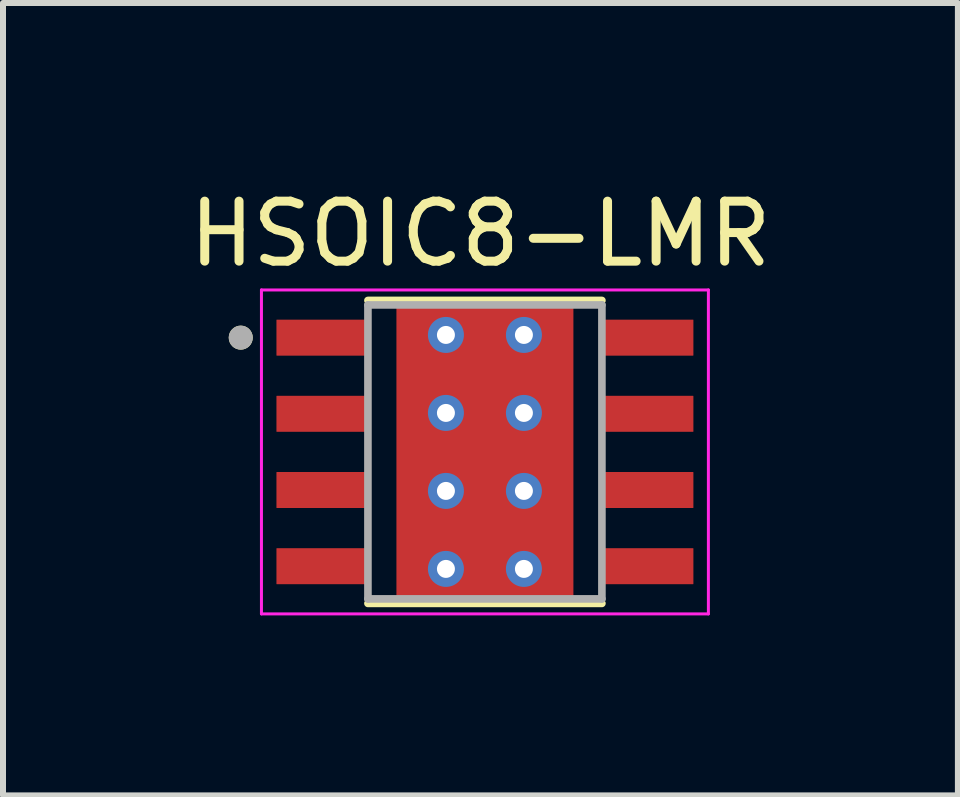
<source format=kicad_pcb>
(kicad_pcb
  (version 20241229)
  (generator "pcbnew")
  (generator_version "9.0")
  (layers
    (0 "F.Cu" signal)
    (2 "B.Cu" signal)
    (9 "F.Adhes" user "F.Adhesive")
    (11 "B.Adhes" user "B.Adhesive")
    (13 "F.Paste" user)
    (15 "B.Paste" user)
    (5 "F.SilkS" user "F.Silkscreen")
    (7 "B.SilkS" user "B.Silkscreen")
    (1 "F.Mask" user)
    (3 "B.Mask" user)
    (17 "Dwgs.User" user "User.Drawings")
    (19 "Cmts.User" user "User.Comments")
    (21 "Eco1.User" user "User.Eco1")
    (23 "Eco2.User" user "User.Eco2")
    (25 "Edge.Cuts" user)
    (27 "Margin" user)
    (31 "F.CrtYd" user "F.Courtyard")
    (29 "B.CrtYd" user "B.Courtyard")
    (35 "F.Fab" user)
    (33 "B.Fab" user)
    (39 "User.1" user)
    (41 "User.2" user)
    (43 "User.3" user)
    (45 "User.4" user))
  (footprint "HSOIC8-LMR"
    (layer "F.Cu")
    (at 5.033 4.483)
    (property "Reference" "HSOIC8-LMR" (at -0.075 -3.635 0) (layer "F.SilkS") (effects (font (size 1 1) (thickness 0.15))))
    (attr smd)
    (fp_poly (pts (xy -1.355 -1.7) (xy 1.355 -1.7) (xy 1.355 1.7) (xy -1.355 1.7)) (stroke (width 0.01) (type solid)) (fill yes) (layer "F.Mask"))
    (fp_poly (pts (xy -1.905 -1.535) (xy -3.495 -1.535) (xy -3.498 -1.535) (xy -3.5 -1.535) (xy -3.503 -1.536) (xy -3.505 -1.536) (xy -3.508 -1.537) (xy -3.51 -1.537) (xy -3.513 -1.538) (xy -3.515 -1.539) (xy -3.518 -1.54) (xy -3.52 -1.542) (xy -3.522 -1.543) (xy -3.524 -1.545) (xy -3.526 -1.546) (xy -3.528 -1.548) (xy -3.53 -1.55) (xy -3.532 -1.552) (xy -3.534 -1.554) (xy -3.535 -1.556) (xy -3.537 -1.558) (xy -3.538 -1.56) (xy -3.54 -1.562) (xy -3.541 -1.565) (xy -3.542 -1.567) (xy -3.543 -1.57) (xy -3.543 -1.572) (xy -3.544 -1.575) (xy -3.544 -1.577) (xy -3.545 -1.58) (xy -3.545 -1.582) (xy -3.545 -1.585) (xy -3.545 -2.225) (xy -3.545 -2.228) (xy -3.545 -2.23) (xy -3.544 -2.233) (xy -3.544 -2.235) (xy -3.543 -2.238) (xy -3.543 -2.24) (xy -3.542 -2.243) (xy -3.541 -2.245) (xy -3.54 -2.248) (xy -3.538 -2.25) (xy -3.537 -2.252) (xy -3.535 -2.254) (xy -3.534 -2.256) (xy -3.532 -2.258) (xy -3.53 -2.26) (xy -3.528 -2.262) (xy -3.526 -2.264) (xy -3.524 -2.265) (xy -3.522 -2.267) (xy -3.52 -2.268) (xy -3.518 -2.27) (xy -3.515 -2.271) (xy -3.513 -2.272) (xy -3.51 -2.273) (xy -3.508 -2.273) (xy -3.505 -2.274) (xy -3.503 -2.274) (xy -3.5 -2.275) (xy -3.498 -2.275) (xy -3.495 -2.275) (xy -1.905 -2.275) (xy -1.902 -2.275) (xy -1.9 -2.275) (xy -1.897 -2.274) (xy -1.895 -2.274) (xy -1.892 -2.273) (xy -1.89 -2.273) (xy -1.887 -2.272) (xy -1.885 -2.271) (xy -1.882 -2.27) (xy -1.88 -2.268) (xy -1.878 -2.267) (xy -1.876 -2.265) (xy -1.874 -2.264) (xy -1.872 -2.262) (xy -1.87 -2.26) (xy -1.868 -2.258) (xy -1.866 -2.256) (xy -1.865 -2.254) (xy -1.863 -2.252) (xy -1.862 -2.25) (xy -1.86 -2.248) (xy -1.859 -2.245) (xy -1.858 -2.243) (xy -1.857 -2.24) (xy -1.857 -2.238) (xy -1.856 -2.235) (xy -1.856 -2.233) (xy -1.855 -2.23) (xy -1.855 -2.228) (xy -1.855 -2.225) (xy -1.855 -1.585) (xy -1.855 -1.582) (xy -1.855 -1.58) (xy -1.856 -1.577) (xy -1.856 -1.575) (xy -1.857 -1.572) (xy -1.857 -1.57) (xy -1.858 -1.567) (xy -1.859 -1.565) (xy -1.86 -1.562) (xy -1.862 -1.56) (xy -1.863 -1.558) (xy -1.865 -1.556) (xy -1.866 -1.554) (xy -1.868 -1.552) (xy -1.87 -1.55) (xy -1.872 -1.548) (xy -1.874 -1.546) (xy -1.876 -1.545) (xy -1.878 -1.543) (xy -1.88 -1.542) (xy -1.882 -1.54) (xy -1.885 -1.539) (xy -1.887 -1.538) (xy -1.89 -1.537) (xy -1.892 -1.537) (xy -1.895 -1.536) (xy -1.897 -1.536) (xy -1.9 -1.535) (xy -1.902 -1.535) (xy -1.905 -1.535)) (stroke (width 0.01) (type solid)) (fill yes) (layer "F.Mask"))
    (fp_poly (pts (xy -1.905 -0.265) (xy -3.495 -0.265) (xy -3.498 -0.265) (xy -3.5 -0.265) (xy -3.503 -0.266) (xy -3.505 -0.266) (xy -3.508 -0.267) (xy -3.51 -0.267) (xy -3.513 -0.268) (xy -3.515 -0.269) (xy -3.518 -0.27) (xy -3.52 -0.272) (xy -3.522 -0.273) (xy -3.524 -0.275) (xy -3.526 -0.276) (xy -3.528 -0.278) (xy -3.53 -0.28) (xy -3.532 -0.282) (xy -3.534 -0.284) (xy -3.535 -0.286) (xy -3.537 -0.288) (xy -3.538 -0.29) (xy -3.54 -0.292) (xy -3.541 -0.295) (xy -3.542 -0.297) (xy -3.543 -0.3) (xy -3.543 -0.302) (xy -3.544 -0.305) (xy -3.544 -0.307) (xy -3.545 -0.31) (xy -3.545 -0.312) (xy -3.545 -0.315) (xy -3.545 -0.955) (xy -3.545 -0.958) (xy -3.545 -0.96) (xy -3.544 -0.963) (xy -3.544 -0.965) (xy -3.543 -0.968) (xy -3.543 -0.97) (xy -3.542 -0.973) (xy -3.541 -0.975) (xy -3.54 -0.978) (xy -3.538 -0.98) (xy -3.537 -0.982) (xy -3.535 -0.984) (xy -3.534 -0.986) (xy -3.532 -0.988) (xy -3.53 -0.99) (xy -3.528 -0.992) (xy -3.526 -0.994) (xy -3.524 -0.995) (xy -3.522 -0.997) (xy -3.52 -0.998) (xy -3.518 -1) (xy -3.515 -1.001) (xy -3.513 -1.002) (xy -3.51 -1.003) (xy -3.508 -1.003) (xy -3.505 -1.004) (xy -3.503 -1.004) (xy -3.5 -1.005) (xy -3.498 -1.005) (xy -3.495 -1.005) (xy -1.905 -1.005) (xy -1.902 -1.005) (xy -1.9 -1.005) (xy -1.897 -1.004) (xy -1.895 -1.004) (xy -1.892 -1.003) (xy -1.89 -1.003) (xy -1.887 -1.002) (xy -1.885 -1.001) (xy -1.882 -1) (xy -1.88 -0.998) (xy -1.878 -0.997) (xy -1.876 -0.995) (xy -1.874 -0.994) (xy -1.872 -0.992) (xy -1.87 -0.99) (xy -1.868 -0.988) (xy -1.866 -0.986) (xy -1.865 -0.984) (xy -1.863 -0.982) (xy -1.862 -0.98) (xy -1.86 -0.978) (xy -1.859 -0.975) (xy -1.858 -0.973) (xy -1.857 -0.97) (xy -1.857 -0.968) (xy -1.856 -0.965) (xy -1.856 -0.963) (xy -1.855 -0.96) (xy -1.855 -0.958) (xy -1.855 -0.955) (xy -1.855 -0.315) (xy -1.855 -0.312) (xy -1.855 -0.31) (xy -1.856 -0.307) (xy -1.856 -0.305) (xy -1.857 -0.302) (xy -1.857 -0.3) (xy -1.858 -0.297) (xy -1.859 -0.295) (xy -1.86 -0.292) (xy -1.862 -0.29) (xy -1.863 -0.288) (xy -1.865 -0.286) (xy -1.866 -0.284) (xy -1.868 -0.282) (xy -1.87 -0.28) (xy -1.872 -0.278) (xy -1.874 -0.276) (xy -1.876 -0.275) (xy -1.878 -0.273) (xy -1.88 -0.272) (xy -1.882 -0.27) (xy -1.885 -0.269) (xy -1.887 -0.268) (xy -1.89 -0.267) (xy -1.892 -0.267) (xy -1.895 -0.266) (xy -1.897 -0.266) (xy -1.9 -0.265) (xy -1.902 -0.265) (xy -1.905 -0.265)) (stroke (width 0.01) (type solid)) (fill yes) (layer "F.Mask"))
    (fp_poly (pts (xy -1.905 1.005) (xy -3.495 1.005) (xy -3.498 1.005) (xy -3.5 1.005) (xy -3.503 1.004) (xy -3.505 1.004) (xy -3.508 1.003) (xy -3.51 1.003) (xy -3.513 1.002) (xy -3.515 1.001) (xy -3.518 1) (xy -3.52 0.998) (xy -3.522 0.997) (xy -3.524 0.995) (xy -3.526 0.994) (xy -3.528 0.992) (xy -3.53 0.99) (xy -3.532 0.988) (xy -3.534 0.986) (xy -3.535 0.984) (xy -3.537 0.982) (xy -3.538 0.98) (xy -3.54 0.978) (xy -3.541 0.975) (xy -3.542 0.973) (xy -3.543 0.97) (xy -3.543 0.968) (xy -3.544 0.965) (xy -3.544 0.963) (xy -3.545 0.96) (xy -3.545 0.958) (xy -3.545 0.955) (xy -3.545 0.315) (xy -3.545 0.312) (xy -3.545 0.31) (xy -3.544 0.307) (xy -3.544 0.305) (xy -3.543 0.302) (xy -3.543 0.3) (xy -3.542 0.297) (xy -3.541 0.295) (xy -3.54 0.292) (xy -3.538 0.29) (xy -3.537 0.288) (xy -3.535 0.286) (xy -3.534 0.284) (xy -3.532 0.282) (xy -3.53 0.28) (xy -3.528 0.278) (xy -3.526 0.276) (xy -3.524 0.275) (xy -3.522 0.273) (xy -3.52 0.272) (xy -3.518 0.27) (xy -3.515 0.269) (xy -3.513 0.268) (xy -3.51 0.267) (xy -3.508 0.267) (xy -3.505 0.266) (xy -3.503 0.266) (xy -3.5 0.265) (xy -3.498 0.265) (xy -3.495 0.265) (xy -1.905 0.265) (xy -1.902 0.265) (xy -1.9 0.265) (xy -1.897 0.266) (xy -1.895 0.266) (xy -1.892 0.267) (xy -1.89 0.267) (xy -1.887 0.268) (xy -1.885 0.269) (xy -1.882 0.27) (xy -1.88 0.272) (xy -1.878 0.273) (xy -1.876 0.275) (xy -1.874 0.276) (xy -1.872 0.278) (xy -1.87 0.28) (xy -1.868 0.282) (xy -1.866 0.284) (xy -1.865 0.286) (xy -1.863 0.288) (xy -1.862 0.29) (xy -1.86 0.292) (xy -1.859 0.295) (xy -1.858 0.297) (xy -1.857 0.3) (xy -1.857 0.302) (xy -1.856 0.305) (xy -1.856 0.307) (xy -1.855 0.31) (xy -1.855 0.312) (xy -1.855 0.315) (xy -1.855 0.955) (xy -1.855 0.958) (xy -1.855 0.96) (xy -1.856 0.963) (xy -1.856 0.965) (xy -1.857 0.968) (xy -1.857 0.97) (xy -1.858 0.973) (xy -1.859 0.975) (xy -1.86 0.978) (xy -1.862 0.98) (xy -1.863 0.982) (xy -1.865 0.984) (xy -1.866 0.986) (xy -1.868 0.988) (xy -1.87 0.99) (xy -1.872 0.992) (xy -1.874 0.994) (xy -1.876 0.995) (xy -1.878 0.997) (xy -1.88 0.998) (xy -1.882 1) (xy -1.885 1.001) (xy -1.887 1.002) (xy -1.89 1.003) (xy -1.892 1.003) (xy -1.895 1.004) (xy -1.897 1.004) (xy -1.9 1.005) (xy -1.902 1.005) (xy -1.905 1.005)) (stroke (width 0.01) (type solid)) (fill yes) (layer "F.Mask"))
    (fp_poly (pts (xy -1.905 2.275) (xy -3.495 2.275) (xy -3.498 2.275) (xy -3.5 2.275) (xy -3.503 2.274) (xy -3.505 2.274) (xy -3.508 2.273) (xy -3.51 2.273) (xy -3.513 2.272) (xy -3.515 2.271) (xy -3.518 2.27) (xy -3.52 2.268) (xy -3.522 2.267) (xy -3.524 2.265) (xy -3.526 2.264) (xy -3.528 2.262) (xy -3.53 2.26) (xy -3.532 2.258) (xy -3.534 2.256) (xy -3.535 2.254) (xy -3.537 2.252) (xy -3.538 2.25) (xy -3.54 2.248) (xy -3.541 2.245) (xy -3.542 2.243) (xy -3.543 2.24) (xy -3.543 2.238) (xy -3.544 2.235) (xy -3.544 2.233) (xy -3.545 2.23) (xy -3.545 2.228) (xy -3.545 2.225) (xy -3.545 1.585) (xy -3.545 1.582) (xy -3.545 1.58) (xy -3.544 1.577) (xy -3.544 1.575) (xy -3.543 1.572) (xy -3.543 1.57) (xy -3.542 1.567) (xy -3.541 1.565) (xy -3.54 1.562) (xy -3.538 1.56) (xy -3.537 1.558) (xy -3.535 1.556) (xy -3.534 1.554) (xy -3.532 1.552) (xy -3.53 1.55) (xy -3.528 1.548) (xy -3.526 1.546) (xy -3.524 1.545) (xy -3.522 1.543) (xy -3.52 1.542) (xy -3.518 1.54) (xy -3.515 1.539) (xy -3.513 1.538) (xy -3.51 1.537) (xy -3.508 1.537) (xy -3.505 1.536) (xy -3.503 1.536) (xy -3.5 1.535) (xy -3.498 1.535) (xy -3.495 1.535) (xy -1.905 1.535) (xy -1.902 1.535) (xy -1.9 1.535) (xy -1.897 1.536) (xy -1.895 1.536) (xy -1.892 1.537) (xy -1.89 1.537) (xy -1.887 1.538) (xy -1.885 1.539) (xy -1.882 1.54) (xy -1.88 1.542) (xy -1.878 1.543) (xy -1.876 1.545) (xy -1.874 1.546) (xy -1.872 1.548) (xy -1.87 1.55) (xy -1.868 1.552) (xy -1.866 1.554) (xy -1.865 1.556) (xy -1.863 1.558) (xy -1.862 1.56) (xy -1.86 1.562) (xy -1.859 1.565) (xy -1.858 1.567) (xy -1.857 1.57) (xy -1.857 1.572) (xy -1.856 1.575) (xy -1.856 1.577) (xy -1.855 1.58) (xy -1.855 1.582) (xy -1.855 1.585) (xy -1.855 2.225) (xy -1.855 2.228) (xy -1.855 2.23) (xy -1.856 2.233) (xy -1.856 2.235) (xy -1.857 2.238) (xy -1.857 2.24) (xy -1.858 2.243) (xy -1.859 2.245) (xy -1.86 2.248) (xy -1.862 2.25) (xy -1.863 2.252) (xy -1.865 2.254) (xy -1.866 2.256) (xy -1.868 2.258) (xy -1.87 2.26) (xy -1.872 2.262) (xy -1.874 2.264) (xy -1.876 2.265) (xy -1.878 2.267) (xy -1.88 2.268) (xy -1.882 2.27) (xy -1.885 2.271) (xy -1.887 2.272) (xy -1.89 2.273) (xy -1.892 2.273) (xy -1.895 2.274) (xy -1.897 2.274) (xy -1.9 2.275) (xy -1.902 2.275) (xy -1.905 2.275)) (stroke (width 0.01) (type solid)) (fill yes) (layer "F.Mask"))
    (fp_poly (pts (xy 3.495 -1.535) (xy 1.905 -1.535) (xy 1.902 -1.535) (xy 1.9 -1.535) (xy 1.897 -1.536) (xy 1.895 -1.536) (xy 1.892 -1.537) (xy 1.89 -1.537) (xy 1.887 -1.538) (xy 1.885 -1.539) (xy 1.882 -1.54) (xy 1.88 -1.542) (xy 1.878 -1.543) (xy 1.876 -1.545) (xy 1.874 -1.546) (xy 1.872 -1.548) (xy 1.87 -1.55) (xy 1.868 -1.552) (xy 1.866 -1.554) (xy 1.865 -1.556) (xy 1.863 -1.558) (xy 1.862 -1.56) (xy 1.86 -1.562) (xy 1.859 -1.565) (xy 1.858 -1.567) (xy 1.857 -1.57) (xy 1.857 -1.572) (xy 1.856 -1.575) (xy 1.856 -1.577) (xy 1.855 -1.58) (xy 1.855 -1.582) (xy 1.855 -1.585) (xy 1.855 -2.225) (xy 1.855 -2.228) (xy 1.855 -2.23) (xy 1.856 -2.233) (xy 1.856 -2.235) (xy 1.857 -2.238) (xy 1.857 -2.24) (xy 1.858 -2.243) (xy 1.859 -2.245) (xy 1.86 -2.248) (xy 1.862 -2.25) (xy 1.863 -2.252) (xy 1.865 -2.254) (xy 1.866 -2.256) (xy 1.868 -2.258) (xy 1.87 -2.26) (xy 1.872 -2.262) (xy 1.874 -2.264) (xy 1.876 -2.265) (xy 1.878 -2.267) (xy 1.88 -2.268) (xy 1.882 -2.27) (xy 1.885 -2.271) (xy 1.887 -2.272) (xy 1.89 -2.273) (xy 1.892 -2.273) (xy 1.895 -2.274) (xy 1.897 -2.274) (xy 1.9 -2.275) (xy 1.902 -2.275) (xy 1.905 -2.275) (xy 3.495 -2.275) (xy 3.498 -2.275) (xy 3.5 -2.275) (xy 3.503 -2.274) (xy 3.505 -2.274) (xy 3.508 -2.273) (xy 3.51 -2.273) (xy 3.513 -2.272) (xy 3.515 -2.271) (xy 3.518 -2.27) (xy 3.52 -2.268) (xy 3.522 -2.267) (xy 3.524 -2.265) (xy 3.526 -2.264) (xy 3.528 -2.262) (xy 3.53 -2.26) (xy 3.532 -2.258) (xy 3.534 -2.256) (xy 3.535 -2.254) (xy 3.537 -2.252) (xy 3.538 -2.25) (xy 3.54 -2.248) (xy 3.541 -2.245) (xy 3.542 -2.243) (xy 3.543 -2.24) (xy 3.543 -2.238) (xy 3.544 -2.235) (xy 3.544 -2.233) (xy 3.545 -2.23) (xy 3.545 -2.228) (xy 3.545 -2.225) (xy 3.545 -1.585) (xy 3.545 -1.582) (xy 3.545 -1.58) (xy 3.544 -1.577) (xy 3.544 -1.575) (xy 3.543 -1.572) (xy 3.543 -1.57) (xy 3.542 -1.567) (xy 3.541 -1.565) (xy 3.54 -1.562) (xy 3.538 -1.56) (xy 3.537 -1.558) (xy 3.535 -1.556) (xy 3.534 -1.554) (xy 3.532 -1.552) (xy 3.53 -1.55) (xy 3.528 -1.548) (xy 3.526 -1.546) (xy 3.524 -1.545) (xy 3.522 -1.543) (xy 3.52 -1.542) (xy 3.518 -1.54) (xy 3.515 -1.539) (xy 3.513 -1.538) (xy 3.51 -1.537) (xy 3.508 -1.537) (xy 3.505 -1.536) (xy 3.503 -1.536) (xy 3.5 -1.535) (xy 3.498 -1.535) (xy 3.495 -1.535)) (stroke (width 0.01) (type solid)) (fill yes) (layer "F.Mask"))
    (fp_poly (pts (xy 3.495 -0.265) (xy 1.905 -0.265) (xy 1.902 -0.265) (xy 1.9 -0.265) (xy 1.897 -0.266) (xy 1.895 -0.266) (xy 1.892 -0.267) (xy 1.89 -0.267) (xy 1.887 -0.268) (xy 1.885 -0.269) (xy 1.882 -0.27) (xy 1.88 -0.272) (xy 1.878 -0.273) (xy 1.876 -0.275) (xy 1.874 -0.276) (xy 1.872 -0.278) (xy 1.87 -0.28) (xy 1.868 -0.282) (xy 1.866 -0.284) (xy 1.865 -0.286) (xy 1.863 -0.288) (xy 1.862 -0.29) (xy 1.86 -0.292) (xy 1.859 -0.295) (xy 1.858 -0.297) (xy 1.857 -0.3) (xy 1.857 -0.302) (xy 1.856 -0.305) (xy 1.856 -0.307) (xy 1.855 -0.31) (xy 1.855 -0.312) (xy 1.855 -0.315) (xy 1.855 -0.955) (xy 1.855 -0.958) (xy 1.855 -0.96) (xy 1.856 -0.963) (xy 1.856 -0.965) (xy 1.857 -0.968) (xy 1.857 -0.97) (xy 1.858 -0.973) (xy 1.859 -0.975) (xy 1.86 -0.978) (xy 1.862 -0.98) (xy 1.863 -0.982) (xy 1.865 -0.984) (xy 1.866 -0.986) (xy 1.868 -0.988) (xy 1.87 -0.99) (xy 1.872 -0.992) (xy 1.874 -0.994) (xy 1.876 -0.995) (xy 1.878 -0.997) (xy 1.88 -0.998) (xy 1.882 -1) (xy 1.885 -1.001) (xy 1.887 -1.002) (xy 1.89 -1.003) (xy 1.892 -1.003) (xy 1.895 -1.004) (xy 1.897 -1.004) (xy 1.9 -1.005) (xy 1.902 -1.005) (xy 1.905 -1.005) (xy 3.495 -1.005) (xy 3.498 -1.005) (xy 3.5 -1.005) (xy 3.503 -1.004) (xy 3.505 -1.004) (xy 3.508 -1.003) (xy 3.51 -1.003) (xy 3.513 -1.002) (xy 3.515 -1.001) (xy 3.518 -1) (xy 3.52 -0.998) (xy 3.522 -0.997) (xy 3.524 -0.995) (xy 3.526 -0.994) (xy 3.528 -0.992) (xy 3.53 -0.99) (xy 3.532 -0.988) (xy 3.534 -0.986) (xy 3.535 -0.984) (xy 3.537 -0.982) (xy 3.538 -0.98) (xy 3.54 -0.978) (xy 3.541 -0.975) (xy 3.542 -0.973) (xy 3.543 -0.97) (xy 3.543 -0.968) (xy 3.544 -0.965) (xy 3.544 -0.963) (xy 3.545 -0.96) (xy 3.545 -0.958) (xy 3.545 -0.955) (xy 3.545 -0.315) (xy 3.545 -0.312) (xy 3.545 -0.31) (xy 3.544 -0.307) (xy 3.544 -0.305) (xy 3.543 -0.302) (xy 3.543 -0.3) (xy 3.542 -0.297) (xy 3.541 -0.295) (xy 3.54 -0.292) (xy 3.538 -0.29) (xy 3.537 -0.288) (xy 3.535 -0.286) (xy 3.534 -0.284) (xy 3.532 -0.282) (xy 3.53 -0.28) (xy 3.528 -0.278) (xy 3.526 -0.276) (xy 3.524 -0.275) (xy 3.522 -0.273) (xy 3.52 -0.272) (xy 3.518 -0.27) (xy 3.515 -0.269) (xy 3.513 -0.268) (xy 3.51 -0.267) (xy 3.508 -0.267) (xy 3.505 -0.266) (xy 3.503 -0.266) (xy 3.5 -0.265) (xy 3.498 -0.265) (xy 3.495 -0.265)) (stroke (width 0.01) (type solid)) (fill yes) (layer "F.Mask"))
    (fp_poly (pts (xy 3.495 1.005) (xy 1.905 1.005) (xy 1.902 1.005) (xy 1.9 1.005) (xy 1.897 1.004) (xy 1.895 1.004) (xy 1.892 1.003) (xy 1.89 1.003) (xy 1.887 1.002) (xy 1.885 1.001) (xy 1.882 1) (xy 1.88 0.998) (xy 1.878 0.997) (xy 1.876 0.995) (xy 1.874 0.994) (xy 1.872 0.992) (xy 1.87 0.99) (xy 1.868 0.988) (xy 1.866 0.986) (xy 1.865 0.984) (xy 1.863 0.982) (xy 1.862 0.98) (xy 1.86 0.978) (xy 1.859 0.975) (xy 1.858 0.973) (xy 1.857 0.97) (xy 1.857 0.968) (xy 1.856 0.965) (xy 1.856 0.963) (xy 1.855 0.96) (xy 1.855 0.958) (xy 1.855 0.955) (xy 1.855 0.315) (xy 1.855 0.312) (xy 1.855 0.31) (xy 1.856 0.307) (xy 1.856 0.305) (xy 1.857 0.302) (xy 1.857 0.3) (xy 1.858 0.297) (xy 1.859 0.295) (xy 1.86 0.292) (xy 1.862 0.29) (xy 1.863 0.288) (xy 1.865 0.286) (xy 1.866 0.284) (xy 1.868 0.282) (xy 1.87 0.28) (xy 1.872 0.278) (xy 1.874 0.276) (xy 1.876 0.275) (xy 1.878 0.273) (xy 1.88 0.272) (xy 1.882 0.27) (xy 1.885 0.269) (xy 1.887 0.268) (xy 1.89 0.267) (xy 1.892 0.267) (xy 1.895 0.266) (xy 1.897 0.266) (xy 1.9 0.265) (xy 1.902 0.265) (xy 1.905 0.265) (xy 3.495 0.265) (xy 3.498 0.265) (xy 3.5 0.265) (xy 3.503 0.266) (xy 3.505 0.266) (xy 3.508 0.267) (xy 3.51 0.267) (xy 3.513 0.268) (xy 3.515 0.269) (xy 3.518 0.27) (xy 3.52 0.272) (xy 3.522 0.273) (xy 3.524 0.275) (xy 3.526 0.276) (xy 3.528 0.278) (xy 3.53 0.28) (xy 3.532 0.282) (xy 3.534 0.284) (xy 3.535 0.286) (xy 3.537 0.288) (xy 3.538 0.29) (xy 3.54 0.292) (xy 3.541 0.295) (xy 3.542 0.297) (xy 3.543 0.3) (xy 3.543 0.302) (xy 3.544 0.305) (xy 3.544 0.307) (xy 3.545 0.31) (xy 3.545 0.312) (xy 3.545 0.315) (xy 3.545 0.955) (xy 3.545 0.958) (xy 3.545 0.96) (xy 3.544 0.963) (xy 3.544 0.965) (xy 3.543 0.968) (xy 3.543 0.97) (xy 3.542 0.973) (xy 3.541 0.975) (xy 3.54 0.978) (xy 3.538 0.98) (xy 3.537 0.982) (xy 3.535 0.984) (xy 3.534 0.986) (xy 3.532 0.988) (xy 3.53 0.99) (xy 3.528 0.992) (xy 3.526 0.994) (xy 3.524 0.995) (xy 3.522 0.997) (xy 3.52 0.998) (xy 3.518 1) (xy 3.515 1.001) (xy 3.513 1.002) (xy 3.51 1.003) (xy 3.508 1.003) (xy 3.505 1.004) (xy 3.503 1.004) (xy 3.5 1.005) (xy 3.498 1.005) (xy 3.495 1.005)) (stroke (width 0.01) (type solid)) (fill yes) (layer "F.Mask"))
    (fp_poly (pts (xy 3.495 2.275) (xy 1.905 2.275) (xy 1.902 2.275) (xy 1.9 2.275) (xy 1.897 2.274) (xy 1.895 2.274) (xy 1.892 2.273) (xy 1.89 2.273) (xy 1.887 2.272) (xy 1.885 2.271) (xy 1.882 2.27) (xy 1.88 2.268) (xy 1.878 2.267) (xy 1.876 2.265) (xy 1.874 2.264) (xy 1.872 2.262) (xy 1.87 2.26) (xy 1.868 2.258) (xy 1.866 2.256) (xy 1.865 2.254) (xy 1.863 2.252) (xy 1.862 2.25) (xy 1.86 2.248) (xy 1.859 2.245) (xy 1.858 2.243) (xy 1.857 2.24) (xy 1.857 2.238) (xy 1.856 2.235) (xy 1.856 2.233) (xy 1.855 2.23) (xy 1.855 2.228) (xy 1.855 2.225) (xy 1.855 1.585) (xy 1.855 1.582) (xy 1.855 1.58) (xy 1.856 1.577) (xy 1.856 1.575) (xy 1.857 1.572) (xy 1.857 1.57) (xy 1.858 1.567) (xy 1.859 1.565) (xy 1.86 1.562) (xy 1.862 1.56) (xy 1.863 1.558) (xy 1.865 1.556) (xy 1.866 1.554) (xy 1.868 1.552) (xy 1.87 1.55) (xy 1.872 1.548) (xy 1.874 1.546) (xy 1.876 1.545) (xy 1.878 1.543) (xy 1.88 1.542) (xy 1.882 1.54) (xy 1.885 1.539) (xy 1.887 1.538) (xy 1.89 1.537) (xy 1.892 1.537) (xy 1.895 1.536) (xy 1.897 1.536) (xy 1.9 1.535) (xy 1.902 1.535) (xy 1.905 1.535) (xy 3.495 1.535) (xy 3.498 1.535) (xy 3.5 1.535) (xy 3.503 1.536) (xy 3.505 1.536) (xy 3.508 1.537) (xy 3.51 1.537) (xy 3.513 1.538) (xy 3.515 1.539) (xy 3.518 1.54) (xy 3.52 1.542) (xy 3.522 1.543) (xy 3.524 1.545) (xy 3.526 1.546) (xy 3.528 1.548) (xy 3.53 1.55) (xy 3.532 1.552) (xy 3.534 1.554) (xy 3.535 1.556) (xy 3.537 1.558) (xy 3.538 1.56) (xy 3.54 1.562) (xy 3.541 1.565) (xy 3.542 1.567) (xy 3.543 1.57) (xy 3.543 1.572) (xy 3.544 1.575) (xy 3.544 1.577) (xy 3.545 1.58) (xy 3.545 1.582) (xy 3.545 1.585) (xy 3.545 2.225) (xy 3.545 2.228) (xy 3.545 2.23) (xy 3.544 2.233) (xy 3.544 2.235) (xy 3.543 2.238) (xy 3.543 2.24) (xy 3.542 2.243) (xy 3.541 2.245) (xy 3.54 2.248) (xy 3.538 2.25) (xy 3.537 2.252) (xy 3.535 2.254) (xy 3.534 2.256) (xy 3.532 2.258) (xy 3.53 2.26) (xy 3.528 2.262) (xy 3.526 2.264) (xy 3.524 2.265) (xy 3.522 2.267) (xy 3.52 2.268) (xy 3.518 2.27) (xy 3.515 2.271) (xy 3.513 2.272) (xy 3.51 2.273) (xy 3.508 2.273) (xy 3.505 2.274) (xy 3.503 2.274) (xy 3.5 2.275) (xy 3.498 2.275) (xy 3.495 2.275)) (stroke (width 0.01) (type solid)) (fill yes) (layer "F.Mask"))
    (fp_line (start -1.95 -2.525) (end 1.95 -2.525) (stroke (width 0.127) (type solid)) (layer "F.SilkS"))
    (fp_line (start -1.95 2.525) (end 1.95 2.525) (stroke (width 0.127) (type solid)) (layer "F.SilkS"))
    (fp_circle (center -4.07 -1.905) (end -3.97 -1.905) (stroke (width 0.2) (type solid)) (fill no) (layer "F.SilkS"))
    (fp_poly (pts (xy -1.355 -1.7) (xy 1.355 -1.7) (xy 1.355 1.7) (xy -1.355 1.7)) (stroke (width 0.01) (type solid)) (fill yes) (layer "F.Paste"))
    (fp_line (start -3.725 -2.7) (end -3.725 2.7) (stroke (width 0.05) (type solid)) (layer "F.CrtYd"))
    (fp_line (start -3.725 -2.7) (end 3.725 -2.7) (stroke (width 0.05) (type solid)) (layer "F.CrtYd"))
    (fp_line (start -3.725 2.7) (end 3.725 2.7) (stroke (width 0.05) (type solid)) (layer "F.CrtYd"))
    (fp_line (start 3.725 -2.7) (end 3.725 2.7) (stroke (width 0.05) (type solid)) (layer "F.CrtYd"))
    (fp_line (start -1.95 -2.45) (end -1.95 2.45) (stroke (width 0.127) (type solid)) (layer "F.Fab"))
    (fp_line (start -1.95 -2.45) (end 1.95 -2.45) (stroke (width 0.127) (type solid)) (layer "F.Fab"))
    (fp_line (start -1.95 2.45) (end 1.95 2.45) (stroke (width 0.127) (type solid)) (layer "F.Fab"))
    (fp_line (start 1.95 -2.45) (end 1.95 2.45) (stroke (width 0.127) (type solid)) (layer "F.Fab"))
    (fp_circle (center -4.07 -1.905) (end -3.97 -1.905) (stroke (width 0.2) (type solid)) (fill no) (layer "F.Fab"))
    (pad "1" smd roundrect (at -2.7 -1.905) (size 1.55 0.6) (layers "F.Cu" "F.Paste") (roundrect_rratio 0.01))
    (pad "2" smd roundrect (at -2.7 -0.635) (size 1.55 0.6) (layers "F.Cu" "F.Paste") (roundrect_rratio 0.01))
    (pad "3" smd roundrect (at -2.7 0.635) (size 1.55 0.6) (layers "F.Cu" "F.Paste") (roundrect_rratio 0.01))
    (pad "4" smd roundrect (at -2.7 1.905) (size 1.55 0.6) (layers "F.Cu" "F.Paste") (roundrect_rratio 0.01))
    (pad "5" smd roundrect (at 2.7 1.905) (size 1.55 0.6) (layers "F.Cu" "F.Paste") (roundrect_rratio 0.01))
    (pad "6" smd roundrect (at 2.7 0.635) (size 1.55 0.6) (layers "F.Cu" "F.Paste") (roundrect_rratio 0.01))
    (pad "7" smd roundrect (at 2.7 -0.635) (size 1.55 0.6) (layers "F.Cu" "F.Paste") (roundrect_rratio 0.01))
    (pad "8" smd roundrect (at 2.7 -1.905) (size 1.55 0.6) (layers "F.Cu" "F.Paste") (roundrect_rratio 0.01))
    (pad "9" smd rect (at 0 0) (size 2.95 4.9) (layers "F.Cu"))
    (pad "10" thru_hole circle (at -0.65 -1.95) (size 0.6 0.6) (drill 0.3) (layers "*.Cu" "*.Mask"))
    (pad "11" thru_hole circle (at 0.65 -1.95) (size 0.6 0.6) (drill 0.3) (layers "*.Cu" "*.Mask"))
    (pad "12" thru_hole circle (at -0.65 -0.65) (size 0.6 0.6) (drill 0.3) (layers "*.Cu" "*.Mask"))
    (pad "13" thru_hole circle (at 0.65 -0.65) (size 0.6 0.6) (drill 0.3) (layers "*.Cu" "*.Mask"))
    (pad "14" thru_hole circle (at -0.65 0.65) (size 0.6 0.6) (drill 0.3) (layers "*.Cu" "*.Mask"))
    (pad "15" thru_hole circle (at 0.65 0.65) (size 0.6 0.6) (drill 0.3) (layers "*.Cu" "*.Mask"))
    (pad "16" thru_hole circle (at -0.65 1.95) (size 0.6 0.6) (drill 0.3) (layers "*.Cu" "*.Mask"))
    (pad "17" thru_hole circle (at 0.65 1.95) (size 0.6 0.6) (drill 0.3) (layers "*.Cu" "*.Mask")))
  (gr_rect
    (start -3 -3)
    (end 12.917 10.208)
    (stroke (width 0.1) (type default))
    (fill no)
    (layer "Edge.Cuts")))
</source>
